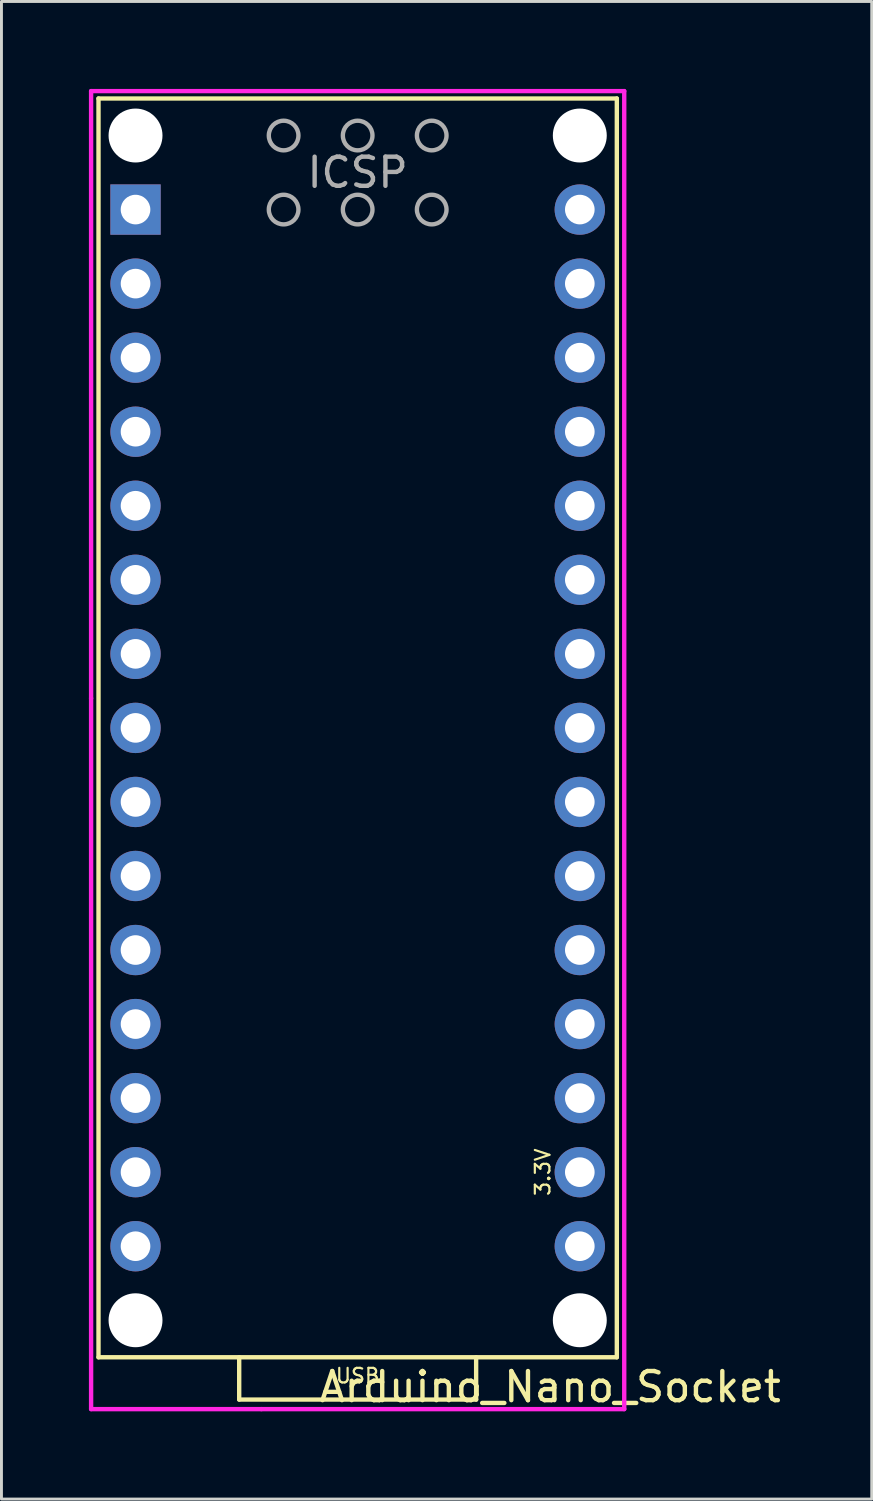
<source format=kicad_pcb>
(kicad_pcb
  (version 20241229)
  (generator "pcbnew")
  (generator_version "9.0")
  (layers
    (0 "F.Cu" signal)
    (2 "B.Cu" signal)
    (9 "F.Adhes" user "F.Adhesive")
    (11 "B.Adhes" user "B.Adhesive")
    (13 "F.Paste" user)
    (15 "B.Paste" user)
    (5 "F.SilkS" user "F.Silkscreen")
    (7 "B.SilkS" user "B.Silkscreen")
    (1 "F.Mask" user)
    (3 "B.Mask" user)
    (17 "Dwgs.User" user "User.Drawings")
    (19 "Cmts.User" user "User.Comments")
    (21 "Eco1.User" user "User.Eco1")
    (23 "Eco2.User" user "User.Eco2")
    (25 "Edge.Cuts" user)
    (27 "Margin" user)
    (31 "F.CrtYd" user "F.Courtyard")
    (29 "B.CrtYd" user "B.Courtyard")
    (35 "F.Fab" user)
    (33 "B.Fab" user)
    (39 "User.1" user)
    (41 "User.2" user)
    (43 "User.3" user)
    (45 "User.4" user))
  (footprint "Arduino_Nano_Socket"
    (layer "F.Cu")
    (at 9.219 23.189)
    (property "Reference" "Arduino_Nano_Socket" (at 6.604 21.336 0) (layer "F.SilkS") (effects (font (size 1 1) (thickness 0.15))))
    (attr through_hole)
    (fp_line (start -8.89 -22.86) (end -8.89 20.32) (stroke (width 0.15) (type solid)) (layer "F.SilkS"))
    (fp_line (start -8.89 -22.86) (end 8.89 -22.86) (stroke (width 0.15) (type solid)) (layer "F.SilkS"))
    (fp_line (start -8.89 20.32) (end 8.89 20.32) (stroke (width 0.15) (type solid)) (layer "F.SilkS"))
    (fp_line (start -4.064 20.32) (end -4.064 21.77) (stroke (width 0.15) (type solid)) (layer "F.SilkS"))
    (fp_line (start -4.064 21.77) (end 4.064 21.77) (stroke (width 0.15) (type solid)) (layer "F.SilkS"))
    (fp_line (start 4.064 21.77) (end 4.064 20.32) (stroke (width 0.15) (type solid)) (layer "F.SilkS"))
    (fp_line (start 8.89 -22.86) (end 8.89 20.32) (stroke (width 0.15) (type solid)) (layer "F.SilkS"))
    (fp_line (start -9.144 -23.114) (end 9.144 -23.114) (stroke (width 0.15) (type solid)) (layer "F.CrtYd"))
    (fp_line (start -9.144 -2.286) (end -9.144 -23.114) (stroke (width 0.15) (type solid)) (layer "F.CrtYd"))
    (fp_line (start -9.144 22.098) (end -9.144 -2.286) (stroke (width 0.15) (type solid)) (layer "F.CrtYd"))
    (fp_line (start -3.302 22.098) (end -9.144 22.098) (stroke (width 0.15) (type solid)) (layer "F.CrtYd"))
    (fp_line (start 9.144 -23.114) (end 9.144 22.098) (stroke (width 0.15) (type solid)) (layer "F.CrtYd"))
    (fp_line (start 9.144 22.098) (end -3.302 22.098) (stroke (width 0.15) (type solid)) (layer "F.CrtYd"))
    (fp_circle (center -2.54 -21.59) (end -2.032 -21.59) (stroke (width 0.15) (type solid)) (fill no) (layer "F.Fab"))
    (fp_circle (center -2.54 -19.05) (end -2.032 -19.05) (stroke (width 0.15) (type solid)) (fill no) (layer "F.Fab"))
    (fp_circle (center 0 -21.59) (end 0.508 -21.59) (stroke (width 0.15) (type solid)) (fill no) (layer "F.Fab"))
    (fp_circle (center 0 -19.05) (end 0.508 -19.05) (stroke (width 0.15) (type solid)) (fill no) (layer "F.Fab"))
    (fp_circle (center 2.54 -21.59) (end 3.048 -21.59) (stroke (width 0.15) (type solid)) (fill no) (layer "F.Fab"))
    (fp_circle (center 2.54 -19.05) (end 3.048 -19.05) (stroke (width 0.15) (type solid)) (fill no) (layer "F.Fab"))
    (fp_text user "3.3V" (at 6.35 13.97 90) (layer "F.SilkS") (effects (font (size 0.5 0.5) (thickness 0.075))))
    (fp_text user "USB" (at 0 20.955 0) (layer "F.SilkS") (effects (font (size 0.5 0.5) (thickness 0.075))))
    (fp_text user "ICSP" (at 0 -20.32 0) (layer "F.Fab") (effects (font (size 1 1) (thickness 0.15))))
    (pad "" np_thru_hole circle (at -7.62 -21.59) (size 1.85 1.85) (drill 1.85) (layers "*.Cu" "*.Mask"))
    (pad "" np_thru_hole circle (at -7.62 19.05) (size 1.85 1.85) (drill 1.85) (layers "*.Cu" "*.Mask"))
    (pad "" np_thru_hole circle (at 7.62 -21.59) (size 1.85 1.85) (drill 1.85) (layers "*.Cu" "*.Mask"))
    (pad "" np_thru_hole circle (at 7.62 19.05) (size 1.85 1.85) (drill 1.85) (layers "*.Cu" "*.Mask"))
    (pad "3V3" thru_hole circle (at 7.62 13.97) (size 1.727 1.727) (drill 1.016) (layers "*.Cu" "*.Mask"))
    (pad "5V" thru_hole circle (at 7.62 -11.43) (size 1.727 1.727) (drill 1.016) (layers "*.Cu" "*.Mask"))
    (pad "A0" thru_hole circle (at 7.62 8.89) (size 1.727 1.727) (drill 1.016) (layers "*.Cu" "*.Mask"))
    (pad "A1" thru_hole circle (at 7.62 6.35) (size 1.727 1.727) (drill 1.016) (layers "*.Cu" "*.Mask"))
    (pad "A2" thru_hole circle (at 7.62 3.81) (size 1.727 1.727) (drill 1.016) (layers "*.Cu" "*.Mask"))
    (pad "A3" thru_hole circle (at 7.62 1.27) (size 1.727 1.727) (drill 1.016) (layers "*.Cu" "*.Mask"))
    (pad "A4" thru_hole circle (at 7.62 -1.27) (size 1.727 1.727) (drill 1.016) (layers "*.Cu" "*.Mask"))
    (pad "A5" thru_hole circle (at 7.62 -3.81) (size 1.727 1.727) (drill 1.016) (layers "*.Cu" "*.Mask"))
    (pad "A6" thru_hole circle (at 7.62 -6.35) (size 1.727 1.727) (drill 1.016) (layers "*.Cu" "*.Mask"))
    (pad "A7" thru_hole circle (at 7.62 -8.89) (size 1.727 1.727) (drill 1.016) (layers "*.Cu" "*.Mask"))
    (pad "AREF" thru_hole circle (at 7.62 11.43) (size 1.727 1.727) (drill 1.016) (layers "*.Cu" "*.Mask"))
    (pad "D0" thru_hole circle (at -7.62 -16.51) (size 1.727 1.727) (drill 1.016) (layers "*.Cu" "*.Mask"))
    (pad "D1" thru_hole rect (at -7.62 -19.05) (size 1.727 1.727) (drill 1.016) (layers "*.Cu" "*.Mask"))
    (pad "D2" thru_hole circle (at -7.62 -8.89) (size 1.727 1.727) (drill 1.016) (layers "*.Cu" "*.Mask"))
    (pad "D3" thru_hole circle (at -7.62 -6.35) (size 1.727 1.727) (drill 1.016) (layers "*.Cu" "*.Mask"))
    (pad "D4" thru_hole circle (at -7.62 -3.81) (size 1.727 1.727) (drill 1.016) (layers "*.Cu" "*.Mask"))
    (pad "D5" thru_hole circle (at -7.62 -1.27) (size 1.727 1.727) (drill 1.016) (layers "*.Cu" "*.Mask"))
    (pad "D6" thru_hole circle (at -7.62 1.27) (size 1.727 1.727) (drill 1.016) (layers "*.Cu" "*.Mask"))
    (pad "D7" thru_hole circle (at -7.62 3.81) (size 1.727 1.727) (drill 1.016) (layers "*.Cu" "*.Mask"))
    (pad "D8" thru_hole circle (at -7.62 6.35) (size 1.727 1.727) (drill 1.016) (layers "*.Cu" "*.Mask"))
    (pad "D9" thru_hole circle (at -7.62 8.89) (size 1.727 1.727) (drill 1.016) (layers "*.Cu" "*.Mask"))
    (pad "D10" thru_hole circle (at -7.62 11.43) (size 1.727 1.727) (drill 1.016) (layers "*.Cu" "*.Mask"))
    (pad "D11" thru_hole circle (at -7.62 13.97) (size 1.727 1.727) (drill 1.016) (layers "*.Cu" "*.Mask"))
    (pad "D12" thru_hole circle (at -7.62 16.51) (size 1.727 1.727) (drill 1.016) (layers "*.Cu" "*.Mask"))
    (pad "D13" thru_hole circle (at 7.62 16.51) (size 1.727 1.727) (drill 1.016) (layers "*.Cu" "*.Mask"))
    (pad "GND1" thru_hole circle (at -7.62 -11.43) (size 1.727 1.727) (drill 1.016) (layers "*.Cu" "*.Mask"))
    (pad "GND2" thru_hole circle (at 7.62 -16.51) (size 1.727 1.727) (drill 1.016) (layers "*.Cu" "*.Mask"))
    (pad "RST1" thru_hole circle (at -7.62 -13.97) (size 1.727 1.727) (drill 1.016) (layers "*.Cu" "*.Mask"))
    (pad "RST2" thru_hole circle (at 7.62 -13.97) (size 1.727 1.727) (drill 1.016) (layers "*.Cu" "*.Mask"))
    (pad "VIN" thru_hole circle (at 7.62 -19.05) (size 1.727 1.727) (drill 1.016) (layers "*.Cu" "*.Mask")))
  (gr_rect
    (start -3 -3)
    (end 26.853 48.373)
    (stroke (width 0.1) (type default))
    (fill no)
    (layer "Edge.Cuts")))
</source>
